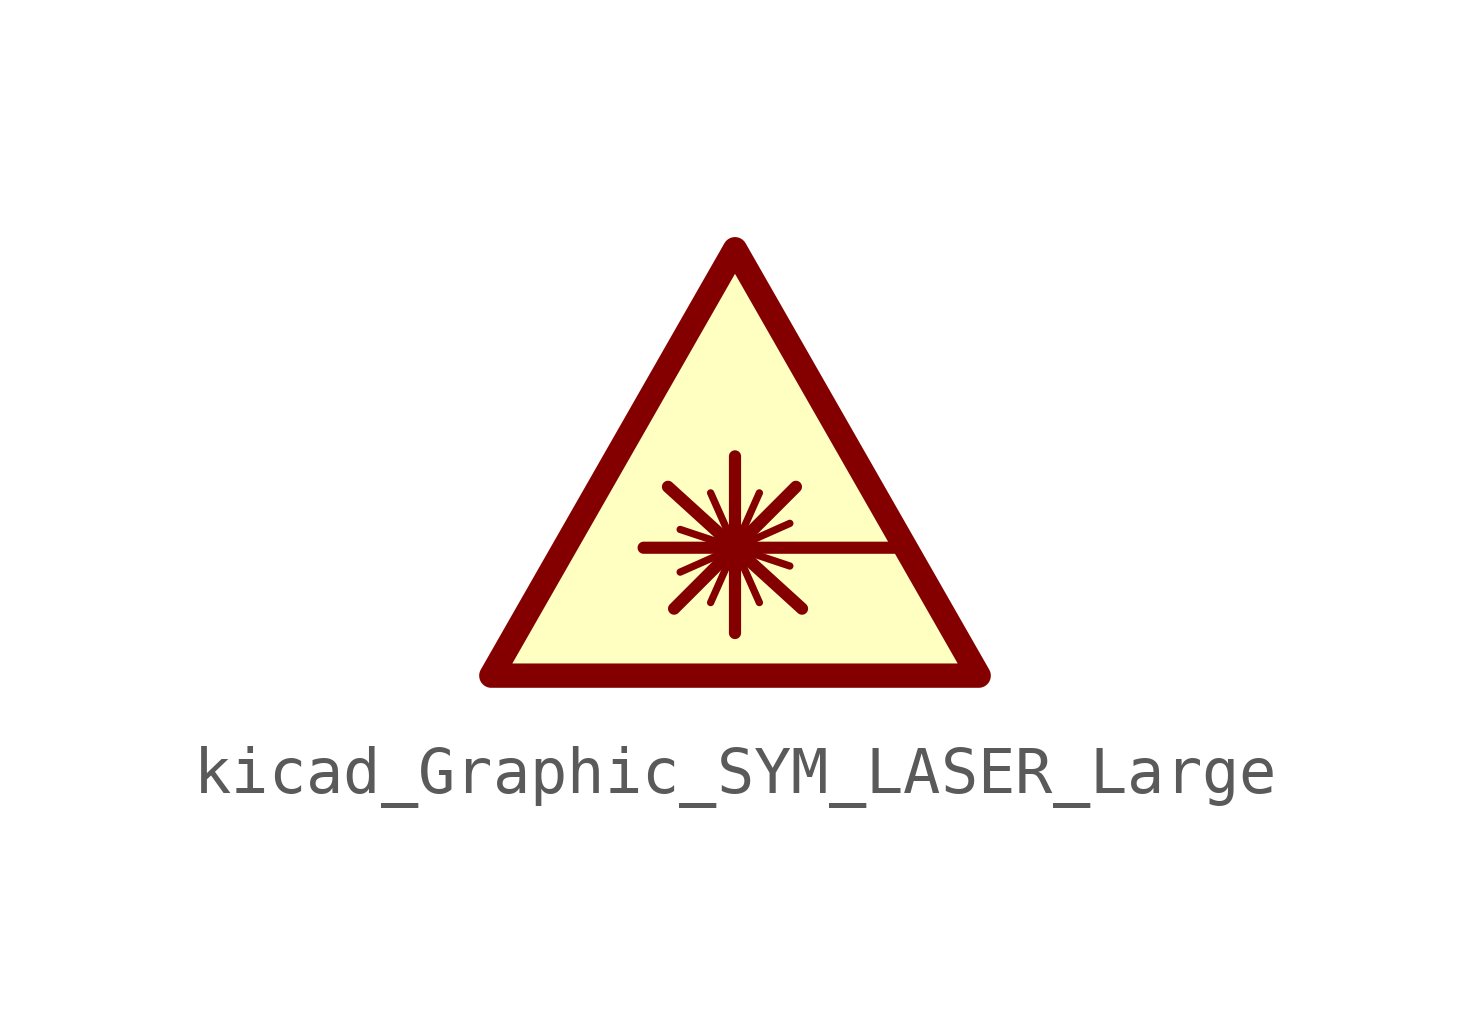
<source format=kicad_sym>
(kicad_symbol_lib
  (version 20220914)
  (generator kicad_symbol_editor)
  (symbol "kicad_Graphic_SYM_LASER_Large"
    (property "Reference" "#SYM"
      (at 0 5.08 0)
      (effects (font (size 1.27 1.27)) hide))
    (symbol "kicad_Graphic_SYM_LASER_Large_0_1"
      (polyline (pts (xy -1.905 -2.413) (xy 3.556 -2.413)) (stroke (width 0.254) (type default)) (fill (type none)))
      (polyline (pts (xy -1.27 -3.683) (xy 1.27 -1.143)) (stroke (width 0.254) (type default)) (fill (type none)))
      (polyline (pts (xy -1.143 -2.921) (xy 1.143 -1.905)) (stroke (width 0) (type default)) (fill (type none)))
      (polyline (pts (xy -1.143 -2.032) (xy 1.143 -2.794)) (stroke (width 0) (type default)) (fill (type none)))
      (polyline (pts (xy -0.508 -1.27) (xy 0.508 -3.556)) (stroke (width 0) (type default)) (fill (type none)))
      (polyline (pts (xy 0 -4.191) (xy 0 -0.508)) (stroke (width 0.254) (type default)) (fill (type none)))
      (polyline (pts (xy 0.508 -1.27) (xy -0.508 -3.556)) (stroke (width 0) (type default)) (fill (type none)))
      (polyline (pts (xy 1.397 -3.683) (xy -1.397 -1.143)) (stroke (width 0.254) (type default)) (fill (type none)))
      (polyline (pts (xy -5.08 -5.08) (xy 5.08 -5.08) (xy 0 3.81) (xy -5.08 -5.08)) (stroke (width 0.508) (type default)) (fill (type background))))))
</source>
